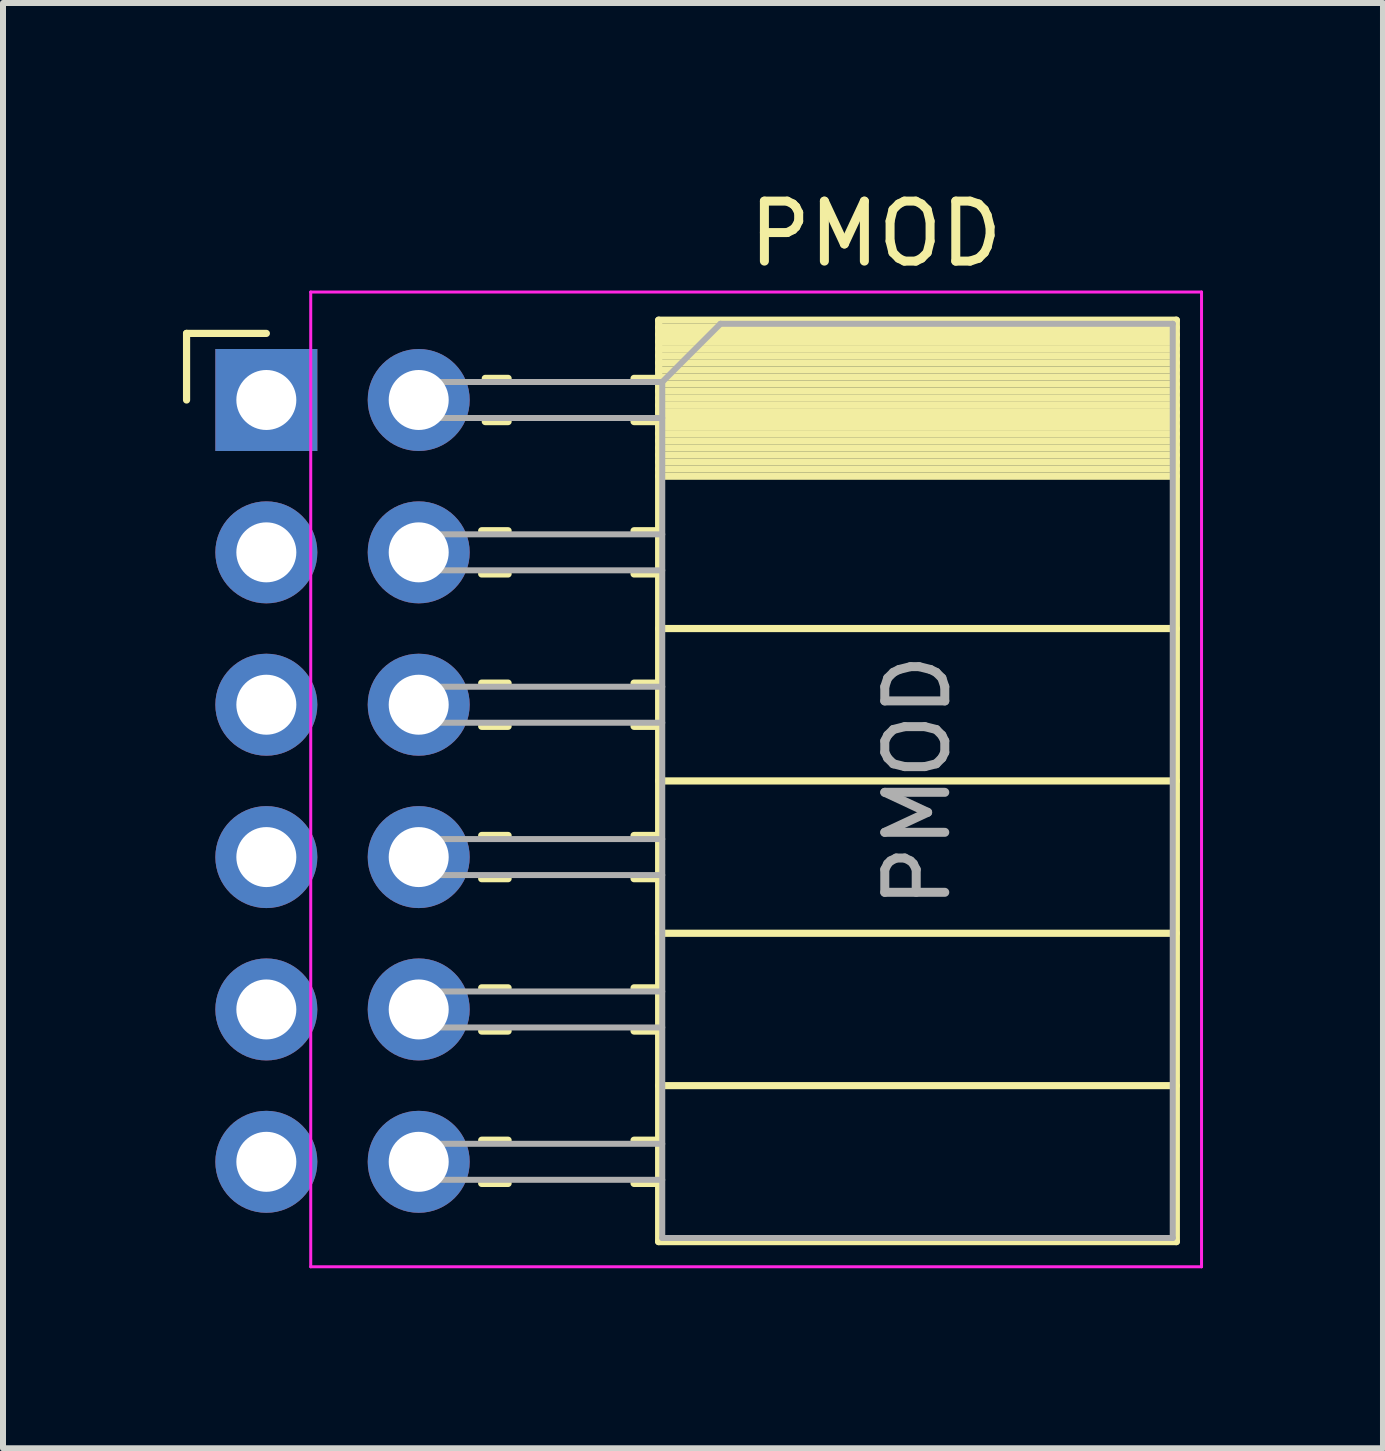
<source format=kicad_pcb>
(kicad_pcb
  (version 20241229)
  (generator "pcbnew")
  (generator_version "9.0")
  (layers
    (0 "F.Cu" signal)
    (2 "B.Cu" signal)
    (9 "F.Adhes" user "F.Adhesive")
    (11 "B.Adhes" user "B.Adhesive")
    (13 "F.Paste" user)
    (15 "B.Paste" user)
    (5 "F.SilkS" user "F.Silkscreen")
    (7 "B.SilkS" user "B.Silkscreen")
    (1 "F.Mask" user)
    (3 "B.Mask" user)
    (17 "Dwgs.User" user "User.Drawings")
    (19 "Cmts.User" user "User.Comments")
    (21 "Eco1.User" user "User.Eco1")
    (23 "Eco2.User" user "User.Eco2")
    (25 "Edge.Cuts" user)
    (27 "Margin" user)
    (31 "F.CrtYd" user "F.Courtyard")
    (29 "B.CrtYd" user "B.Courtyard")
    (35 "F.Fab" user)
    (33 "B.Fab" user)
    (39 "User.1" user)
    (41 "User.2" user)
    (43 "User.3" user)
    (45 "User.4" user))
  (footprint "PMOD"
    (layer "F.Cu")
    (at 1.39 3.618)
    (property "Reference" "PMOD" (at 10.16 -2.77 0) (layer "F.SilkS") (effects (font (size 1 1) (thickness 0.15))))
    (attr through_hole)
    (fp_line (start -1.33 -1.11) (end 0 -1.11) (stroke (width 0.12) (type solid)) (layer "F.SilkS"))
    (fp_line (start -1.33 0) (end -1.33 -1.11) (stroke (width 0.12) (type solid)) (layer "F.SilkS"))
    (fp_line (start 4.03 -0.36) (end 3.65 -0.36) (stroke (width 0.12) (type solid)) (layer "F.SilkS"))
    (fp_line (start 4.03 0.36) (end 3.65 0.36) (stroke (width 0.12) (type solid)) (layer "F.SilkS"))
    (fp_line (start 4.03 2.18) (end 3.59 2.18) (stroke (width 0.12) (type solid)) (layer "F.SilkS"))
    (fp_line (start 4.03 2.9) (end 3.59 2.9) (stroke (width 0.12) (type solid)) (layer "F.SilkS"))
    (fp_line (start 4.03 4.72) (end 3.59 4.72) (stroke (width 0.12) (type solid)) (layer "F.SilkS"))
    (fp_line (start 4.03 5.44) (end 3.59 5.44) (stroke (width 0.12) (type solid)) (layer "F.SilkS"))
    (fp_line (start 4.03 7.26) (end 3.59 7.26) (stroke (width 0.12) (type solid)) (layer "F.SilkS"))
    (fp_line (start 4.03 7.98) (end 3.59 7.98) (stroke (width 0.12) (type solid)) (layer "F.SilkS"))
    (fp_line (start 4.03 9.8) (end 3.59 9.8) (stroke (width 0.12) (type solid)) (layer "F.SilkS"))
    (fp_line (start 4.03 10.52) (end 3.59 10.52) (stroke (width 0.12) (type solid)) (layer "F.SilkS"))
    (fp_line (start 4.03 12.34) (end 3.59 12.34) (stroke (width 0.12) (type solid)) (layer "F.SilkS"))
    (fp_line (start 4.03 13.06) (end 3.59 13.06) (stroke (width 0.12) (type solid)) (layer "F.SilkS"))
    (fp_line (start 6.54 -1.33) (end 6.54 14.03) (stroke (width 0.12) (type solid)) (layer "F.SilkS"))
    (fp_line (start 6.54 -0.36) (end 6.13 -0.36) (stroke (width 0.12) (type solid)) (layer "F.SilkS"))
    (fp_line (start 6.54 0.36) (end 6.13 0.36) (stroke (width 0.12) (type solid)) (layer "F.SilkS"))
    (fp_line (start 6.54 2.18) (end 6.13 2.18) (stroke (width 0.12) (type solid)) (layer "F.SilkS"))
    (fp_line (start 6.54 2.9) (end 6.13 2.9) (stroke (width 0.12) (type solid)) (layer "F.SilkS"))
    (fp_line (start 6.54 4.72) (end 6.13 4.72) (stroke (width 0.12) (type solid)) (layer "F.SilkS"))
    (fp_line (start 6.54 5.44) (end 6.13 5.44) (stroke (width 0.12) (type solid)) (layer "F.SilkS"))
    (fp_line (start 6.54 7.26) (end 6.13 7.26) (stroke (width 0.12) (type solid)) (layer "F.SilkS"))
    (fp_line (start 6.54 7.98) (end 6.13 7.98) (stroke (width 0.12) (type solid)) (layer "F.SilkS"))
    (fp_line (start 6.54 9.8) (end 6.13 9.8) (stroke (width 0.12) (type solid)) (layer "F.SilkS"))
    (fp_line (start 6.54 10.52) (end 6.13 10.52) (stroke (width 0.12) (type solid)) (layer "F.SilkS"))
    (fp_line (start 6.54 12.34) (end 6.13 12.34) (stroke (width 0.12) (type solid)) (layer "F.SilkS"))
    (fp_line (start 6.54 13.06) (end 6.13 13.06) (stroke (width 0.12) (type solid)) (layer "F.SilkS"))
    (fp_line (start 15.17 -1.33) (end 6.54 -1.33) (stroke (width 0.12) (type solid)) (layer "F.SilkS"))
    (fp_line (start 15.17 -1.33) (end 15.17 14.03) (stroke (width 0.12) (type solid)) (layer "F.SilkS"))
    (fp_line (start 15.17 -1.21) (end 6.54 -1.21) (stroke (width 0.12) (type solid)) (layer "F.SilkS"))
    (fp_line (start 15.17 -1.092) (end 6.54 -1.092) (stroke (width 0.12) (type solid)) (layer "F.SilkS"))
    (fp_line (start 15.17 -0.974) (end 6.54 -0.974) (stroke (width 0.12) (type solid)) (layer "F.SilkS"))
    (fp_line (start 15.17 -0.856) (end 6.54 -0.856) (stroke (width 0.12) (type solid)) (layer "F.SilkS"))
    (fp_line (start 15.17 -0.738) (end 6.54 -0.738) (stroke (width 0.12) (type solid)) (layer "F.SilkS"))
    (fp_line (start 15.17 -0.62) (end 6.54 -0.62) (stroke (width 0.12) (type solid)) (layer "F.SilkS"))
    (fp_line (start 15.17 -0.501) (end 6.54 -0.501) (stroke (width 0.12) (type solid)) (layer "F.SilkS"))
    (fp_line (start 15.17 -0.383) (end 6.54 -0.383) (stroke (width 0.12) (type solid)) (layer "F.SilkS"))
    (fp_line (start 15.17 -0.265) (end 6.54 -0.265) (stroke (width 0.12) (type solid)) (layer "F.SilkS"))
    (fp_line (start 15.17 -0.147) (end 6.54 -0.147) (stroke (width 0.12) (type solid)) (layer "F.SilkS"))
    (fp_line (start 15.17 -0.029) (end 6.54 -0.029) (stroke (width 0.12) (type solid)) (layer "F.SilkS"))
    (fp_line (start 15.17 0.089) (end 6.54 0.089) (stroke (width 0.12) (type solid)) (layer "F.SilkS"))
    (fp_line (start 15.17 0.207) (end 6.54 0.207) (stroke (width 0.12) (type solid)) (layer "F.SilkS"))
    (fp_line (start 15.17 0.325) (end 6.54 0.325) (stroke (width 0.12) (type solid)) (layer "F.SilkS"))
    (fp_line (start 15.17 0.443) (end 6.54 0.443) (stroke (width 0.12) (type solid)) (layer "F.SilkS"))
    (fp_line (start 15.17 0.561) (end 6.54 0.561) (stroke (width 0.12) (type solid)) (layer "F.SilkS"))
    (fp_line (start 15.17 0.68) (end 6.54 0.68) (stroke (width 0.12) (type solid)) (layer "F.SilkS"))
    (fp_line (start 15.17 0.798) (end 6.54 0.798) (stroke (width 0.12) (type solid)) (layer "F.SilkS"))
    (fp_line (start 15.17 0.916) (end 6.54 0.916) (stroke (width 0.12) (type solid)) (layer "F.SilkS"))
    (fp_line (start 15.17 1.034) (end 6.54 1.034) (stroke (width 0.12) (type solid)) (layer "F.SilkS"))
    (fp_line (start 15.17 1.152) (end 6.54 1.152) (stroke (width 0.12) (type solid)) (layer "F.SilkS"))
    (fp_line (start 15.17 1.27) (end 6.54 1.27) (stroke (width 0.12) (type solid)) (layer "F.SilkS"))
    (fp_line (start 15.17 3.81) (end 6.54 3.81) (stroke (width 0.12) (type solid)) (layer "F.SilkS"))
    (fp_line (start 15.17 6.35) (end 6.54 6.35) (stroke (width 0.12) (type solid)) (layer "F.SilkS"))
    (fp_line (start 15.17 8.89) (end 6.54 8.89) (stroke (width 0.12) (type solid)) (layer "F.SilkS"))
    (fp_line (start 15.17 11.43) (end 6.54 11.43) (stroke (width 0.12) (type solid)) (layer "F.SilkS"))
    (fp_line (start 15.17 14.03) (end 6.54 14.03) (stroke (width 0.12) (type solid)) (layer "F.SilkS"))
    (fp_line (start 0.74 14.45) (end 0.74 -1.8) (stroke (width 0.05) (type solid)) (layer "F.CrtYd"))
    (fp_line (start 0.74 14.45) (end 15.59 14.45) (stroke (width 0.05) (type solid)) (layer "F.CrtYd"))
    (fp_line (start 15.59 -1.8) (end 0.74 -1.8) (stroke (width 0.05) (type solid)) (layer "F.CrtYd"))
    (fp_line (start 15.59 -1.8) (end 15.59 14.45) (stroke (width 0.05) (type solid)) (layer "F.CrtYd"))
    (fp_line (start 0 0.3) (end 0 -0.3) (stroke (width 0.1) (type solid)) (layer "F.Fab"))
    (fp_line (start 0 2.84) (end 0 2.24) (stroke (width 0.1) (type solid)) (layer "F.Fab"))
    (fp_line (start 0 5.38) (end 0 4.78) (stroke (width 0.1) (type solid)) (layer "F.Fab"))
    (fp_line (start 0 7.92) (end 0 7.32) (stroke (width 0.1) (type solid)) (layer "F.Fab"))
    (fp_line (start 0 10.46) (end 0 9.86) (stroke (width 0.1) (type solid)) (layer "F.Fab"))
    (fp_line (start 0 13) (end 0 12.4) (stroke (width 0.1) (type solid)) (layer "F.Fab"))
    (fp_line (start 2.54 0.3) (end 6.6 0.3) (stroke (width 0.1) (type solid)) (layer "F.Fab"))
    (fp_line (start 2.54 2.84) (end 6.6 2.84) (stroke (width 0.1) (type solid)) (layer "F.Fab"))
    (fp_line (start 2.54 5.38) (end 6.6 5.38) (stroke (width 0.1) (type solid)) (layer "F.Fab"))
    (fp_line (start 2.54 7.92) (end 6.6 7.92) (stroke (width 0.1) (type solid)) (layer "F.Fab"))
    (fp_line (start 2.54 10.46) (end 6.6 10.46) (stroke (width 0.1) (type solid)) (layer "F.Fab"))
    (fp_line (start 2.54 13) (end 6.6 13) (stroke (width 0.1) (type solid)) (layer "F.Fab"))
    (fp_line (start 6.6 -0.3) (end 2.54 -0.3) (stroke (width 0.1) (type solid)) (layer "F.Fab"))
    (fp_line (start 6.6 -0.3) (end 6.6 13.97) (stroke (width 0.1) (type solid)) (layer "F.Fab"))
    (fp_line (start 6.6 2.24) (end 2.54 2.24) (stroke (width 0.1) (type solid)) (layer "F.Fab"))
    (fp_line (start 6.6 4.78) (end 2.54 4.78) (stroke (width 0.1) (type solid)) (layer "F.Fab"))
    (fp_line (start 6.6 7.32) (end 2.54 7.32) (stroke (width 0.1) (type solid)) (layer "F.Fab"))
    (fp_line (start 6.6 9.86) (end 2.54 9.86) (stroke (width 0.1) (type solid)) (layer "F.Fab"))
    (fp_line (start 6.6 12.4) (end 2.54 12.4) (stroke (width 0.1) (type solid)) (layer "F.Fab"))
    (fp_line (start 6.6 13.97) (end 15.11 13.97) (stroke (width 0.1) (type solid)) (layer "F.Fab"))
    (fp_line (start 7.57 -1.27) (end 6.6 -0.3) (stroke (width 0.1) (type solid)) (layer "F.Fab"))
    (fp_line (start 15.11 -1.27) (end 7.57 -1.27) (stroke (width 0.1) (type solid)) (layer "F.Fab"))
    (fp_line (start 15.11 13.97) (end 15.11 -1.27) (stroke (width 0.1) (type solid)) (layer "F.Fab"))
    (fp_text user "${REFERENCE}" (at 10.855 6.35 90) (layer "F.Fab") (effects (font (size 1 1) (thickness 0.15))))
    (pad "1" thru_hole rect (at 0 0) (size 1.7 1.7) (drill 1) (layers "*.Cu" "*.Mask"))
    (pad "2" thru_hole oval (at 0 2.54) (size 1.7 1.7) (drill 1) (layers "*.Cu" "*.Mask"))
    (pad "3" thru_hole oval (at 0 5.08) (size 1.7 1.7) (drill 1) (layers "*.Cu" "*.Mask"))
    (pad "4" thru_hole oval (at 0 7.62) (size 1.7 1.7) (drill 1) (layers "*.Cu" "*.Mask"))
    (pad "5" thru_hole oval (at 0 10.16) (size 1.7 1.7) (drill 1) (layers "*.Cu" "*.Mask"))
    (pad "6" thru_hole oval (at 0 12.7) (size 1.7 1.7) (drill 1) (layers "*.Cu" "*.Mask"))
    (pad "7" thru_hole oval (at 2.54 0) (size 1.7 1.7) (drill 1) (layers "*.Cu" "*.Mask"))
    (pad "8" thru_hole oval (at 2.54 2.54) (size 1.7 1.7) (drill 1) (layers "*.Cu" "*.Mask"))
    (pad "9" thru_hole oval (at 2.54 5.08) (size 1.7 1.7) (drill 1) (layers "*.Cu" "*.Mask"))
    (pad "10" thru_hole oval (at 2.54 7.62) (size 1.7 1.7) (drill 1) (layers "*.Cu" "*.Mask"))
    (pad "11" thru_hole oval (at 2.54 10.16) (size 1.7 1.7) (drill 1) (layers "*.Cu" "*.Mask"))
    (pad "12" thru_hole oval (at 2.54 12.7) (size 1.7 1.7) (drill 1) (layers "*.Cu" "*.Mask")))
  (gr_rect
    (start -3 -3)
    (end 20.005 21.093)
    (stroke (width 0.1) (type default))
    (fill no)
    (layer "Edge.Cuts")))
</source>
